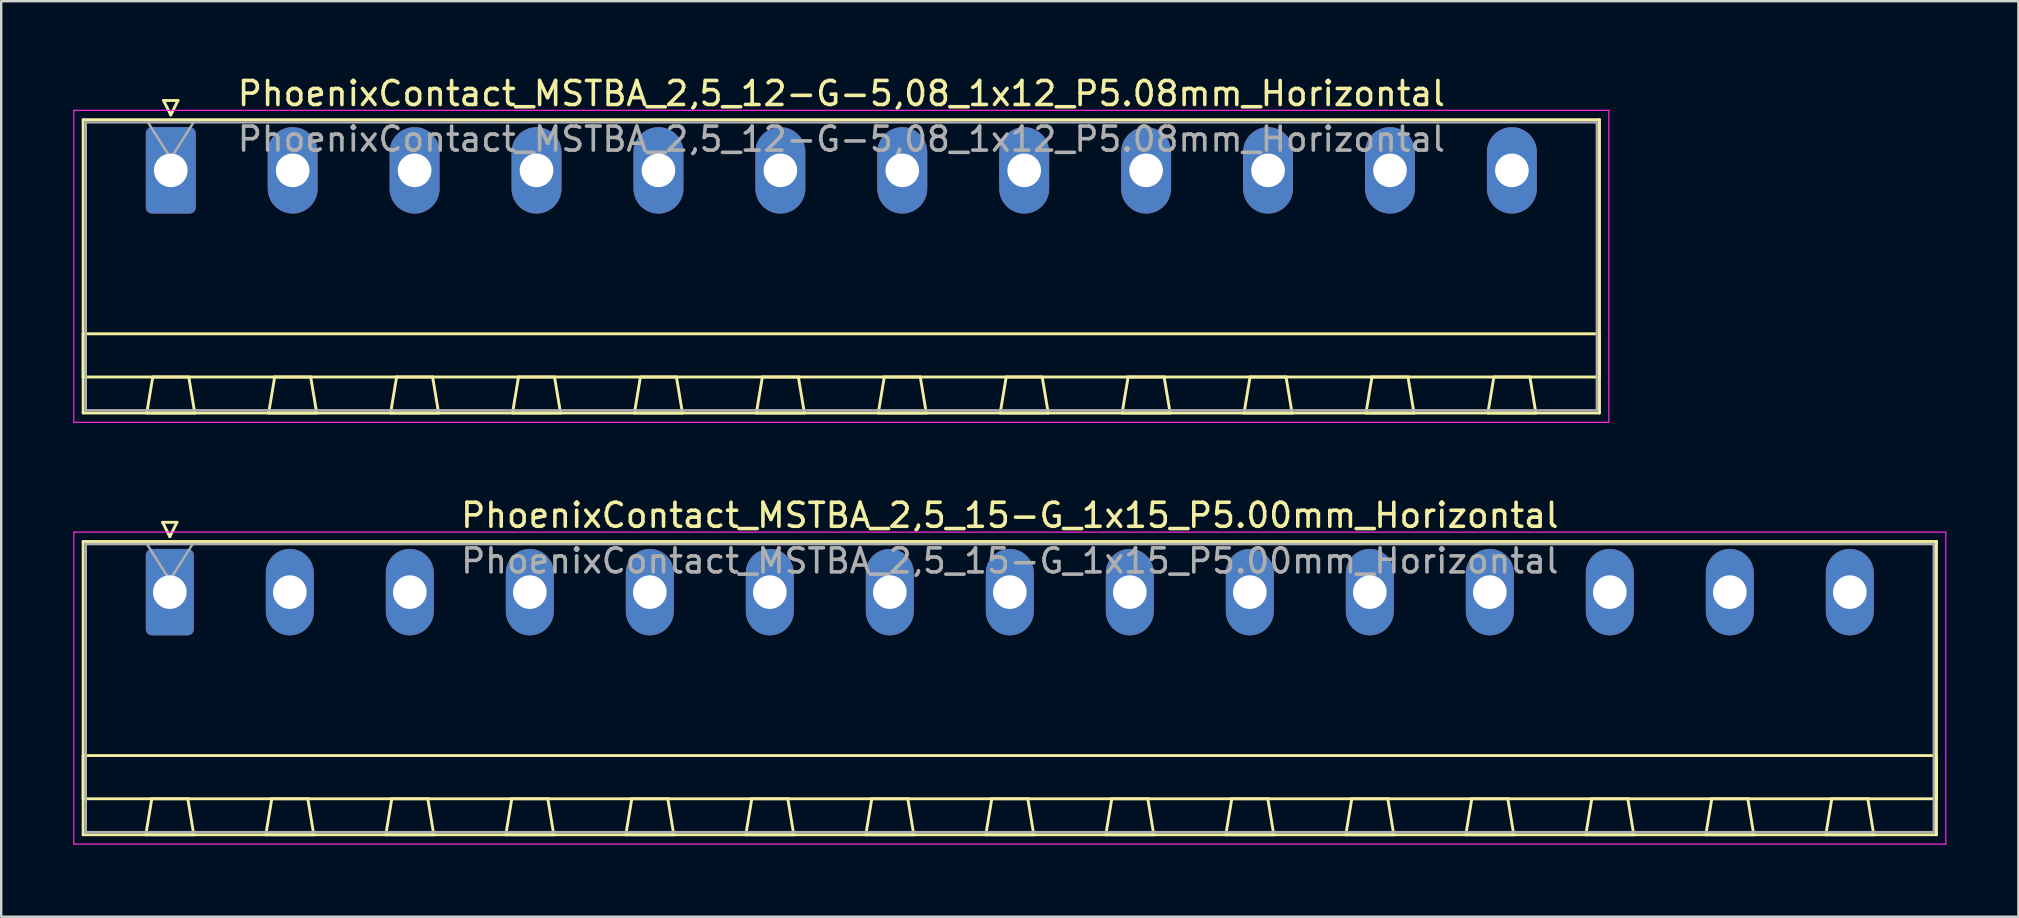
<source format=kicad_pcb>
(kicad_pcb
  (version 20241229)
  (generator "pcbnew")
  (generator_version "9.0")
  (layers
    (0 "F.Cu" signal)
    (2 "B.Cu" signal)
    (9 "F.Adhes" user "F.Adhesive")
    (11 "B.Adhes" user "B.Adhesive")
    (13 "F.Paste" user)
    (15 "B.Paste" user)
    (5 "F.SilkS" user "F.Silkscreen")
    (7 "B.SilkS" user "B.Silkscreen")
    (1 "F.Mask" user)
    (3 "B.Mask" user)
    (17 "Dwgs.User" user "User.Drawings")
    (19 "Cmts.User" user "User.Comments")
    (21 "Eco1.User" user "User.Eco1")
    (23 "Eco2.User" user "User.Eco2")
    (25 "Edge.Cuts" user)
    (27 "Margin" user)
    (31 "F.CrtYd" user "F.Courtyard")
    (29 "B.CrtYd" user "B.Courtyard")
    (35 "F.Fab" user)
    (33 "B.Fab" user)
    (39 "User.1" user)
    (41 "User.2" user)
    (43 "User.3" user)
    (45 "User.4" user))
  (footprint "PhoenixContact_MSTBA_2,5_12-G-5,08_1x12_P5.08mm_Horizontal"
    (layer "F.Cu")
    (at 4.065 4.048)
    (property "Reference" "PhoenixContact_MSTBA_2,5_12-G-5,08_1x12_P5.08mm_Horizontal" (at 27.94 -3.2 0) (layer "F.SilkS") (effects (font (size 1 1) (thickness 0.15))))
    (attr through_hole)
    (fp_line (start -3.65 -2.11) (end -3.65 10.11) (stroke (width 0.12) (type solid)) (layer "F.SilkS"))
    (fp_line (start -3.65 6.81) (end 59.53 6.81) (stroke (width 0.12) (type solid)) (layer "F.SilkS"))
    (fp_line (start -3.65 8.61) (end -3.65 6.81) (stroke (width 0.12) (type solid)) (layer "F.SilkS"))
    (fp_line (start -3.65 10.11) (end 59.53 10.11) (stroke (width 0.12) (type solid)) (layer "F.SilkS"))
    (fp_line (start -1 10.11) (end 1 10.11) (stroke (width 0.12) (type solid)) (layer "F.SilkS"))
    (fp_line (start -0.75 8.61) (end -1 10.11) (stroke (width 0.12) (type solid)) (layer "F.SilkS"))
    (fp_line (start -0.3 -2.91) (end 0.3 -2.91) (stroke (width 0.12) (type solid)) (layer "F.SilkS"))
    (fp_line (start 0 -2.31) (end -0.3 -2.91) (stroke (width 0.12) (type solid)) (layer "F.SilkS"))
    (fp_line (start 0.3 -2.91) (end 0 -2.31) (stroke (width 0.12) (type solid)) (layer "F.SilkS"))
    (fp_line (start 0.75 8.61) (end -0.75 8.61) (stroke (width 0.12) (type solid)) (layer "F.SilkS"))
    (fp_line (start 1 10.11) (end 0.75 8.61) (stroke (width 0.12) (type solid)) (layer "F.SilkS"))
    (fp_line (start 4.08 10.11) (end 6.08 10.11) (stroke (width 0.12) (type solid)) (layer "F.SilkS"))
    (fp_line (start 4.33 8.61) (end 4.08 10.11) (stroke (width 0.12) (type solid)) (layer "F.SilkS"))
    (fp_line (start 5.83 8.61) (end 4.33 8.61) (stroke (width 0.12) (type solid)) (layer "F.SilkS"))
    (fp_line (start 6.08 10.11) (end 5.83 8.61) (stroke (width 0.12) (type solid)) (layer "F.SilkS"))
    (fp_line (start 9.16 10.11) (end 11.16 10.11) (stroke (width 0.12) (type solid)) (layer "F.SilkS"))
    (fp_line (start 9.41 8.61) (end 9.16 10.11) (stroke (width 0.12) (type solid)) (layer "F.SilkS"))
    (fp_line (start 10.91 8.61) (end 9.41 8.61) (stroke (width 0.12) (type solid)) (layer "F.SilkS"))
    (fp_line (start 11.16 10.11) (end 10.91 8.61) (stroke (width 0.12) (type solid)) (layer "F.SilkS"))
    (fp_line (start 14.24 10.11) (end 16.24 10.11) (stroke (width 0.12) (type solid)) (layer "F.SilkS"))
    (fp_line (start 14.49 8.61) (end 14.24 10.11) (stroke (width 0.12) (type solid)) (layer "F.SilkS"))
    (fp_line (start 15.99 8.61) (end 14.49 8.61) (stroke (width 0.12) (type solid)) (layer "F.SilkS"))
    (fp_line (start 16.24 10.11) (end 15.99 8.61) (stroke (width 0.12) (type solid)) (layer "F.SilkS"))
    (fp_line (start 19.32 10.11) (end 21.32 10.11) (stroke (width 0.12) (type solid)) (layer "F.SilkS"))
    (fp_line (start 19.57 8.61) (end 19.32 10.11) (stroke (width 0.12) (type solid)) (layer "F.SilkS"))
    (fp_line (start 21.07 8.61) (end 19.57 8.61) (stroke (width 0.12) (type solid)) (layer "F.SilkS"))
    (fp_line (start 21.32 10.11) (end 21.07 8.61) (stroke (width 0.12) (type solid)) (layer "F.SilkS"))
    (fp_line (start 24.4 10.11) (end 26.4 10.11) (stroke (width 0.12) (type solid)) (layer "F.SilkS"))
    (fp_line (start 24.65 8.61) (end 24.4 10.11) (stroke (width 0.12) (type solid)) (layer "F.SilkS"))
    (fp_line (start 26.15 8.61) (end 24.65 8.61) (stroke (width 0.12) (type solid)) (layer "F.SilkS"))
    (fp_line (start 26.4 10.11) (end 26.15 8.61) (stroke (width 0.12) (type solid)) (layer "F.SilkS"))
    (fp_line (start 29.48 10.11) (end 31.48 10.11) (stroke (width 0.12) (type solid)) (layer "F.SilkS"))
    (fp_line (start 29.73 8.61) (end 29.48 10.11) (stroke (width 0.12) (type solid)) (layer "F.SilkS"))
    (fp_line (start 31.23 8.61) (end 29.73 8.61) (stroke (width 0.12) (type solid)) (layer "F.SilkS"))
    (fp_line (start 31.48 10.11) (end 31.23 8.61) (stroke (width 0.12) (type solid)) (layer "F.SilkS"))
    (fp_line (start 34.56 10.11) (end 36.56 10.11) (stroke (width 0.12) (type solid)) (layer "F.SilkS"))
    (fp_line (start 34.81 8.61) (end 34.56 10.11) (stroke (width 0.12) (type solid)) (layer "F.SilkS"))
    (fp_line (start 36.31 8.61) (end 34.81 8.61) (stroke (width 0.12) (type solid)) (layer "F.SilkS"))
    (fp_line (start 36.56 10.11) (end 36.31 8.61) (stroke (width 0.12) (type solid)) (layer "F.SilkS"))
    (fp_line (start 39.64 10.11) (end 41.64 10.11) (stroke (width 0.12) (type solid)) (layer "F.SilkS"))
    (fp_line (start 39.89 8.61) (end 39.64 10.11) (stroke (width 0.12) (type solid)) (layer "F.SilkS"))
    (fp_line (start 41.39 8.61) (end 39.89 8.61) (stroke (width 0.12) (type solid)) (layer "F.SilkS"))
    (fp_line (start 41.64 10.11) (end 41.39 8.61) (stroke (width 0.12) (type solid)) (layer "F.SilkS"))
    (fp_line (start 44.72 10.11) (end 46.72 10.11) (stroke (width 0.12) (type solid)) (layer "F.SilkS"))
    (fp_line (start 44.97 8.61) (end 44.72 10.11) (stroke (width 0.12) (type solid)) (layer "F.SilkS"))
    (fp_line (start 46.47 8.61) (end 44.97 8.61) (stroke (width 0.12) (type solid)) (layer "F.SilkS"))
    (fp_line (start 46.72 10.11) (end 46.47 8.61) (stroke (width 0.12) (type solid)) (layer "F.SilkS"))
    (fp_line (start 49.8 10.11) (end 51.8 10.11) (stroke (width 0.12) (type solid)) (layer "F.SilkS"))
    (fp_line (start 50.05 8.61) (end 49.8 10.11) (stroke (width 0.12) (type solid)) (layer "F.SilkS"))
    (fp_line (start 51.55 8.61) (end 50.05 8.61) (stroke (width 0.12) (type solid)) (layer "F.SilkS"))
    (fp_line (start 51.8 10.11) (end 51.55 8.61) (stroke (width 0.12) (type solid)) (layer "F.SilkS"))
    (fp_line (start 54.88 10.11) (end 56.88 10.11) (stroke (width 0.12) (type solid)) (layer "F.SilkS"))
    (fp_line (start 55.13 8.61) (end 54.88 10.11) (stroke (width 0.12) (type solid)) (layer "F.SilkS"))
    (fp_line (start 56.63 8.61) (end 55.13 8.61) (stroke (width 0.12) (type solid)) (layer "F.SilkS"))
    (fp_line (start 56.88 10.11) (end 56.63 8.61) (stroke (width 0.12) (type solid)) (layer "F.SilkS"))
    (fp_line (start 59.53 -2.11) (end -3.65 -2.11) (stroke (width 0.12) (type solid)) (layer "F.SilkS"))
    (fp_line (start 59.53 6.81) (end 59.53 8.61) (stroke (width 0.12) (type solid)) (layer "F.SilkS"))
    (fp_line (start 59.53 8.61) (end -3.65 8.61) (stroke (width 0.12) (type solid)) (layer "F.SilkS"))
    (fp_line (start 59.53 10.11) (end 59.53 -2.11) (stroke (width 0.12) (type solid)) (layer "F.SilkS"))
    (fp_line (start -4.04 -2.5) (end -4.04 10.5) (stroke (width 0.05) (type solid)) (layer "F.CrtYd"))
    (fp_line (start -4.04 10.5) (end 59.92 10.5) (stroke (width 0.05) (type solid)) (layer "F.CrtYd"))
    (fp_line (start 59.92 -2.5) (end -4.04 -2.5) (stroke (width 0.05) (type solid)) (layer "F.CrtYd"))
    (fp_line (start 59.92 10.5) (end 59.92 -2.5) (stroke (width 0.05) (type solid)) (layer "F.CrtYd"))
    (fp_line (start -3.54 -2) (end -3.54 10) (stroke (width 0.1) (type solid)) (layer "F.Fab"))
    (fp_line (start -3.54 10) (end 59.42 10) (stroke (width 0.1) (type solid)) (layer "F.Fab"))
    (fp_line (start 0 -0.5) (end -0.95 -2) (stroke (width 0.1) (type solid)) (layer "F.Fab"))
    (fp_line (start 0.95 -2) (end 0 -0.5) (stroke (width 0.1) (type solid)) (layer "F.Fab"))
    (fp_line (start 59.42 -2) (end -3.54 -2) (stroke (width 0.1) (type solid)) (layer "F.Fab"))
    (fp_line (start 59.42 10) (end 59.42 -2) (stroke (width 0.1) (type solid)) (layer "F.Fab"))
    (fp_text user "${REFERENCE}" (at 27.94 -1.3 0) (layer "F.Fab") (effects (font (size 1 1) (thickness 0.15))))
    (pad "1" thru_hole roundrect (at 0 0) (size 2.08 3.6) (drill 1.4) (layers "*.Cu" "*.Mask") (roundrect_rratio 0.12))
    (pad "2" thru_hole oval (at 5.08 0) (size 2.08 3.6) (drill 1.4) (layers "*.Cu" "*.Mask"))
    (pad "3" thru_hole oval (at 10.16 0) (size 2.08 3.6) (drill 1.4) (layers "*.Cu" "*.Mask"))
    (pad "4" thru_hole oval (at 15.24 0) (size 2.08 3.6) (drill 1.4) (layers "*.Cu" "*.Mask"))
    (pad "5" thru_hole oval (at 20.32 0) (size 2.08 3.6) (drill 1.4) (layers "*.Cu" "*.Mask"))
    (pad "6" thru_hole oval (at 25.4 0) (size 2.08 3.6) (drill 1.4) (layers "*.Cu" "*.Mask"))
    (pad "7" thru_hole oval (at 30.48 0) (size 2.08 3.6) (drill 1.4) (layers "*.Cu" "*.Mask"))
    (pad "8" thru_hole oval (at 35.56 0) (size 2.08 3.6) (drill 1.4) (layers "*.Cu" "*.Mask"))
    (pad "9" thru_hole oval (at 40.64 0) (size 2.08 3.6) (drill 1.4) (layers "*.Cu" "*.Mask"))
    (pad "10" thru_hole oval (at 45.72 0) (size 2.08 3.6) (drill 1.4) (layers "*.Cu" "*.Mask"))
    (pad "11" thru_hole oval (at 50.8 0) (size 2.08 3.6) (drill 1.4) (layers "*.Cu" "*.Mask"))
    (pad "12" thru_hole oval (at 55.88 0) (size 2.08 3.6) (drill 1.4) (layers "*.Cu" "*.Mask")))
  (footprint "PhoenixContact_MSTBA_2,5_15-G_1x15_P5.00mm_Horizontal"
    (layer "F.Cu")
    (at 4.025 21.622)
    (property "Reference" "PhoenixContact_MSTBA_2,5_15-G_1x15_P5.00mm_Horizontal" (at 35 -3.2 0) (layer "F.SilkS") (effects (font (size 1 1) (thickness 0.15))))
    (attr through_hole)
    (fp_line (start -3.61 -2.11) (end -3.61 10.11) (stroke (width 0.12) (type solid)) (layer "F.SilkS"))
    (fp_line (start -3.61 6.81) (end 73.61 6.81) (stroke (width 0.12) (type solid)) (layer "F.SilkS"))
    (fp_line (start -3.61 8.61) (end -3.61 6.81) (stroke (width 0.12) (type solid)) (layer "F.SilkS"))
    (fp_line (start -3.61 10.11) (end 73.61 10.11) (stroke (width 0.12) (type solid)) (layer "F.SilkS"))
    (fp_line (start -1 10.11) (end 1 10.11) (stroke (width 0.12) (type solid)) (layer "F.SilkS"))
    (fp_line (start -0.75 8.61) (end -1 10.11) (stroke (width 0.12) (type solid)) (layer "F.SilkS"))
    (fp_line (start -0.3 -2.91) (end 0.3 -2.91) (stroke (width 0.12) (type solid)) (layer "F.SilkS"))
    (fp_line (start 0 -2.31) (end -0.3 -2.91) (stroke (width 0.12) (type solid)) (layer "F.SilkS"))
    (fp_line (start 0.3 -2.91) (end 0 -2.31) (stroke (width 0.12) (type solid)) (layer "F.SilkS"))
    (fp_line (start 0.75 8.61) (end -0.75 8.61) (stroke (width 0.12) (type solid)) (layer "F.SilkS"))
    (fp_line (start 1 10.11) (end 0.75 8.61) (stroke (width 0.12) (type solid)) (layer "F.SilkS"))
    (fp_line (start 4 10.11) (end 6 10.11) (stroke (width 0.12) (type solid)) (layer "F.SilkS"))
    (fp_line (start 4.25 8.61) (end 4 10.11) (stroke (width 0.12) (type solid)) (layer "F.SilkS"))
    (fp_line (start 5.75 8.61) (end 4.25 8.61) (stroke (width 0.12) (type solid)) (layer "F.SilkS"))
    (fp_line (start 6 10.11) (end 5.75 8.61) (stroke (width 0.12) (type solid)) (layer "F.SilkS"))
    (fp_line (start 9 10.11) (end 11 10.11) (stroke (width 0.12) (type solid)) (layer "F.SilkS"))
    (fp_line (start 9.25 8.61) (end 9 10.11) (stroke (width 0.12) (type solid)) (layer "F.SilkS"))
    (fp_line (start 10.75 8.61) (end 9.25 8.61) (stroke (width 0.12) (type solid)) (layer "F.SilkS"))
    (fp_line (start 11 10.11) (end 10.75 8.61) (stroke (width 0.12) (type solid)) (layer "F.SilkS"))
    (fp_line (start 14 10.11) (end 16 10.11) (stroke (width 0.12) (type solid)) (layer "F.SilkS"))
    (fp_line (start 14.25 8.61) (end 14 10.11) (stroke (width 0.12) (type solid)) (layer "F.SilkS"))
    (fp_line (start 15.75 8.61) (end 14.25 8.61) (stroke (width 0.12) (type solid)) (layer "F.SilkS"))
    (fp_line (start 16 10.11) (end 15.75 8.61) (stroke (width 0.12) (type solid)) (layer "F.SilkS"))
    (fp_line (start 19 10.11) (end 21 10.11) (stroke (width 0.12) (type solid)) (layer "F.SilkS"))
    (fp_line (start 19.25 8.61) (end 19 10.11) (stroke (width 0.12) (type solid)) (layer "F.SilkS"))
    (fp_line (start 20.75 8.61) (end 19.25 8.61) (stroke (width 0.12) (type solid)) (layer "F.SilkS"))
    (fp_line (start 21 10.11) (end 20.75 8.61) (stroke (width 0.12) (type solid)) (layer "F.SilkS"))
    (fp_line (start 24 10.11) (end 26 10.11) (stroke (width 0.12) (type solid)) (layer "F.SilkS"))
    (fp_line (start 24.25 8.61) (end 24 10.11) (stroke (width 0.12) (type solid)) (layer "F.SilkS"))
    (fp_line (start 25.75 8.61) (end 24.25 8.61) (stroke (width 0.12) (type solid)) (layer "F.SilkS"))
    (fp_line (start 26 10.11) (end 25.75 8.61) (stroke (width 0.12) (type solid)) (layer "F.SilkS"))
    (fp_line (start 29 10.11) (end 31 10.11) (stroke (width 0.12) (type solid)) (layer "F.SilkS"))
    (fp_line (start 29.25 8.61) (end 29 10.11) (stroke (width 0.12) (type solid)) (layer "F.SilkS"))
    (fp_line (start 30.75 8.61) (end 29.25 8.61) (stroke (width 0.12) (type solid)) (layer "F.SilkS"))
    (fp_line (start 31 10.11) (end 30.75 8.61) (stroke (width 0.12) (type solid)) (layer "F.SilkS"))
    (fp_line (start 34 10.11) (end 36 10.11) (stroke (width 0.12) (type solid)) (layer "F.SilkS"))
    (fp_line (start 34.25 8.61) (end 34 10.11) (stroke (width 0.12) (type solid)) (layer "F.SilkS"))
    (fp_line (start 35.75 8.61) (end 34.25 8.61) (stroke (width 0.12) (type solid)) (layer "F.SilkS"))
    (fp_line (start 36 10.11) (end 35.75 8.61) (stroke (width 0.12) (type solid)) (layer "F.SilkS"))
    (fp_line (start 39 10.11) (end 41 10.11) (stroke (width 0.12) (type solid)) (layer "F.SilkS"))
    (fp_line (start 39.25 8.61) (end 39 10.11) (stroke (width 0.12) (type solid)) (layer "F.SilkS"))
    (fp_line (start 40.75 8.61) (end 39.25 8.61) (stroke (width 0.12) (type solid)) (layer "F.SilkS"))
    (fp_line (start 41 10.11) (end 40.75 8.61) (stroke (width 0.12) (type solid)) (layer "F.SilkS"))
    (fp_line (start 44 10.11) (end 46 10.11) (stroke (width 0.12) (type solid)) (layer "F.SilkS"))
    (fp_line (start 44.25 8.61) (end 44 10.11) (stroke (width 0.12) (type solid)) (layer "F.SilkS"))
    (fp_line (start 45.75 8.61) (end 44.25 8.61) (stroke (width 0.12) (type solid)) (layer "F.SilkS"))
    (fp_line (start 46 10.11) (end 45.75 8.61) (stroke (width 0.12) (type solid)) (layer "F.SilkS"))
    (fp_line (start 49 10.11) (end 51 10.11) (stroke (width 0.12) (type solid)) (layer "F.SilkS"))
    (fp_line (start 49.25 8.61) (end 49 10.11) (stroke (width 0.12) (type solid)) (layer "F.SilkS"))
    (fp_line (start 50.75 8.61) (end 49.25 8.61) (stroke (width 0.12) (type solid)) (layer "F.SilkS"))
    (fp_line (start 51 10.11) (end 50.75 8.61) (stroke (width 0.12) (type solid)) (layer "F.SilkS"))
    (fp_line (start 54 10.11) (end 56 10.11) (stroke (width 0.12) (type solid)) (layer "F.SilkS"))
    (fp_line (start 54.25 8.61) (end 54 10.11) (stroke (width 0.12) (type solid)) (layer "F.SilkS"))
    (fp_line (start 55.75 8.61) (end 54.25 8.61) (stroke (width 0.12) (type solid)) (layer "F.SilkS"))
    (fp_line (start 56 10.11) (end 55.75 8.61) (stroke (width 0.12) (type solid)) (layer "F.SilkS"))
    (fp_line (start 59 10.11) (end 61 10.11) (stroke (width 0.12) (type solid)) (layer "F.SilkS"))
    (fp_line (start 59.25 8.61) (end 59 10.11) (stroke (width 0.12) (type solid)) (layer "F.SilkS"))
    (fp_line (start 60.75 8.61) (end 59.25 8.61) (stroke (width 0.12) (type solid)) (layer "F.SilkS"))
    (fp_line (start 61 10.11) (end 60.75 8.61) (stroke (width 0.12) (type solid)) (layer "F.SilkS"))
    (fp_line (start 64 10.11) (end 66 10.11) (stroke (width 0.12) (type solid)) (layer "F.SilkS"))
    (fp_line (start 64.25 8.61) (end 64 10.11) (stroke (width 0.12) (type solid)) (layer "F.SilkS"))
    (fp_line (start 65.75 8.61) (end 64.25 8.61) (stroke (width 0.12) (type solid)) (layer "F.SilkS"))
    (fp_line (start 66 10.11) (end 65.75 8.61) (stroke (width 0.12) (type solid)) (layer "F.SilkS"))
    (fp_line (start 69 10.11) (end 71 10.11) (stroke (width 0.12) (type solid)) (layer "F.SilkS"))
    (fp_line (start 69.25 8.61) (end 69 10.11) (stroke (width 0.12) (type solid)) (layer "F.SilkS"))
    (fp_line (start 70.75 8.61) (end 69.25 8.61) (stroke (width 0.12) (type solid)) (layer "F.SilkS"))
    (fp_line (start 71 10.11) (end 70.75 8.61) (stroke (width 0.12) (type solid)) (layer "F.SilkS"))
    (fp_line (start 73.61 -2.11) (end -3.61 -2.11) (stroke (width 0.12) (type solid)) (layer "F.SilkS"))
    (fp_line (start 73.61 6.81) (end 73.61 8.61) (stroke (width 0.12) (type solid)) (layer "F.SilkS"))
    (fp_line (start 73.61 8.61) (end -3.61 8.61) (stroke (width 0.12) (type solid)) (layer "F.SilkS"))
    (fp_line (start 73.61 10.11) (end 73.61 -2.11) (stroke (width 0.12) (type solid)) (layer "F.SilkS"))
    (fp_line (start -4 -2.5) (end -4 10.5) (stroke (width 0.05) (type solid)) (layer "F.CrtYd"))
    (fp_line (start -4 10.5) (end 74 10.5) (stroke (width 0.05) (type solid)) (layer "F.CrtYd"))
    (fp_line (start 74 -2.5) (end -4 -2.5) (stroke (width 0.05) (type solid)) (layer "F.CrtYd"))
    (fp_line (start 74 10.5) (end 74 -2.5) (stroke (width 0.05) (type solid)) (layer "F.CrtYd"))
    (fp_line (start -3.5 -2) (end -3.5 10) (stroke (width 0.1) (type solid)) (layer "F.Fab"))
    (fp_line (start -3.5 10) (end 73.5 10) (stroke (width 0.1) (type solid)) (layer "F.Fab"))
    (fp_line (start 0 -0.5) (end -0.95 -2) (stroke (width 0.1) (type solid)) (layer "F.Fab"))
    (fp_line (start 0.95 -2) (end 0 -0.5) (stroke (width 0.1) (type solid)) (layer "F.Fab"))
    (fp_line (start 73.5 -2) (end -3.5 -2) (stroke (width 0.1) (type solid)) (layer "F.Fab"))
    (fp_line (start 73.5 10) (end 73.5 -2) (stroke (width 0.1) (type solid)) (layer "F.Fab"))
    (fp_text user "${REFERENCE}" (at 35 -1.3 0) (layer "F.Fab") (effects (font (size 1 1) (thickness 0.15))))
    (pad "1" thru_hole roundrect (at 0 0) (size 2 3.6) (drill 1.4) (layers "*.Cu" "*.Mask") (roundrect_rratio 0.125))
    (pad "2" thru_hole oval (at 5 0) (size 2 3.6) (drill 1.4) (layers "*.Cu" "*.Mask"))
    (pad "3" thru_hole oval (at 10 0) (size 2 3.6) (drill 1.4) (layers "*.Cu" "*.Mask"))
    (pad "4" thru_hole oval (at 15 0) (size 2 3.6) (drill 1.4) (layers "*.Cu" "*.Mask"))
    (pad "5" thru_hole oval (at 20 0) (size 2 3.6) (drill 1.4) (layers "*.Cu" "*.Mask"))
    (pad "6" thru_hole oval (at 25 0) (size 2 3.6) (drill 1.4) (layers "*.Cu" "*.Mask"))
    (pad "7" thru_hole oval (at 30 0) (size 2 3.6) (drill 1.4) (layers "*.Cu" "*.Mask"))
    (pad "8" thru_hole oval (at 35 0) (size 2 3.6) (drill 1.4) (layers "*.Cu" "*.Mask"))
    (pad "9" thru_hole oval (at 40 0) (size 2 3.6) (drill 1.4) (layers "*.Cu" "*.Mask"))
    (pad "10" thru_hole oval (at 45 0) (size 2 3.6) (drill 1.4) (layers "*.Cu" "*.Mask"))
    (pad "11" thru_hole oval (at 50 0) (size 2 3.6) (drill 1.4) (layers "*.Cu" "*.Mask"))
    (pad "12" thru_hole oval (at 55 0) (size 2 3.6) (drill 1.4) (layers "*.Cu" "*.Mask"))
    (pad "13" thru_hole oval (at 60 0) (size 2 3.6) (drill 1.4) (layers "*.Cu" "*.Mask"))
    (pad "14" thru_hole oval (at 65 0) (size 2 3.6) (drill 1.4) (layers "*.Cu" "*.Mask"))
    (pad "15" thru_hole oval (at 70 0) (size 2 3.6) (drill 1.4) (layers "*.Cu" "*.Mask")))
  (gr_rect
    (start -3 -3)
    (end 81.05 35.147)
    (stroke (width 0.1) (type default))
    (fill no)
    (layer "Edge.Cuts")))
</source>
